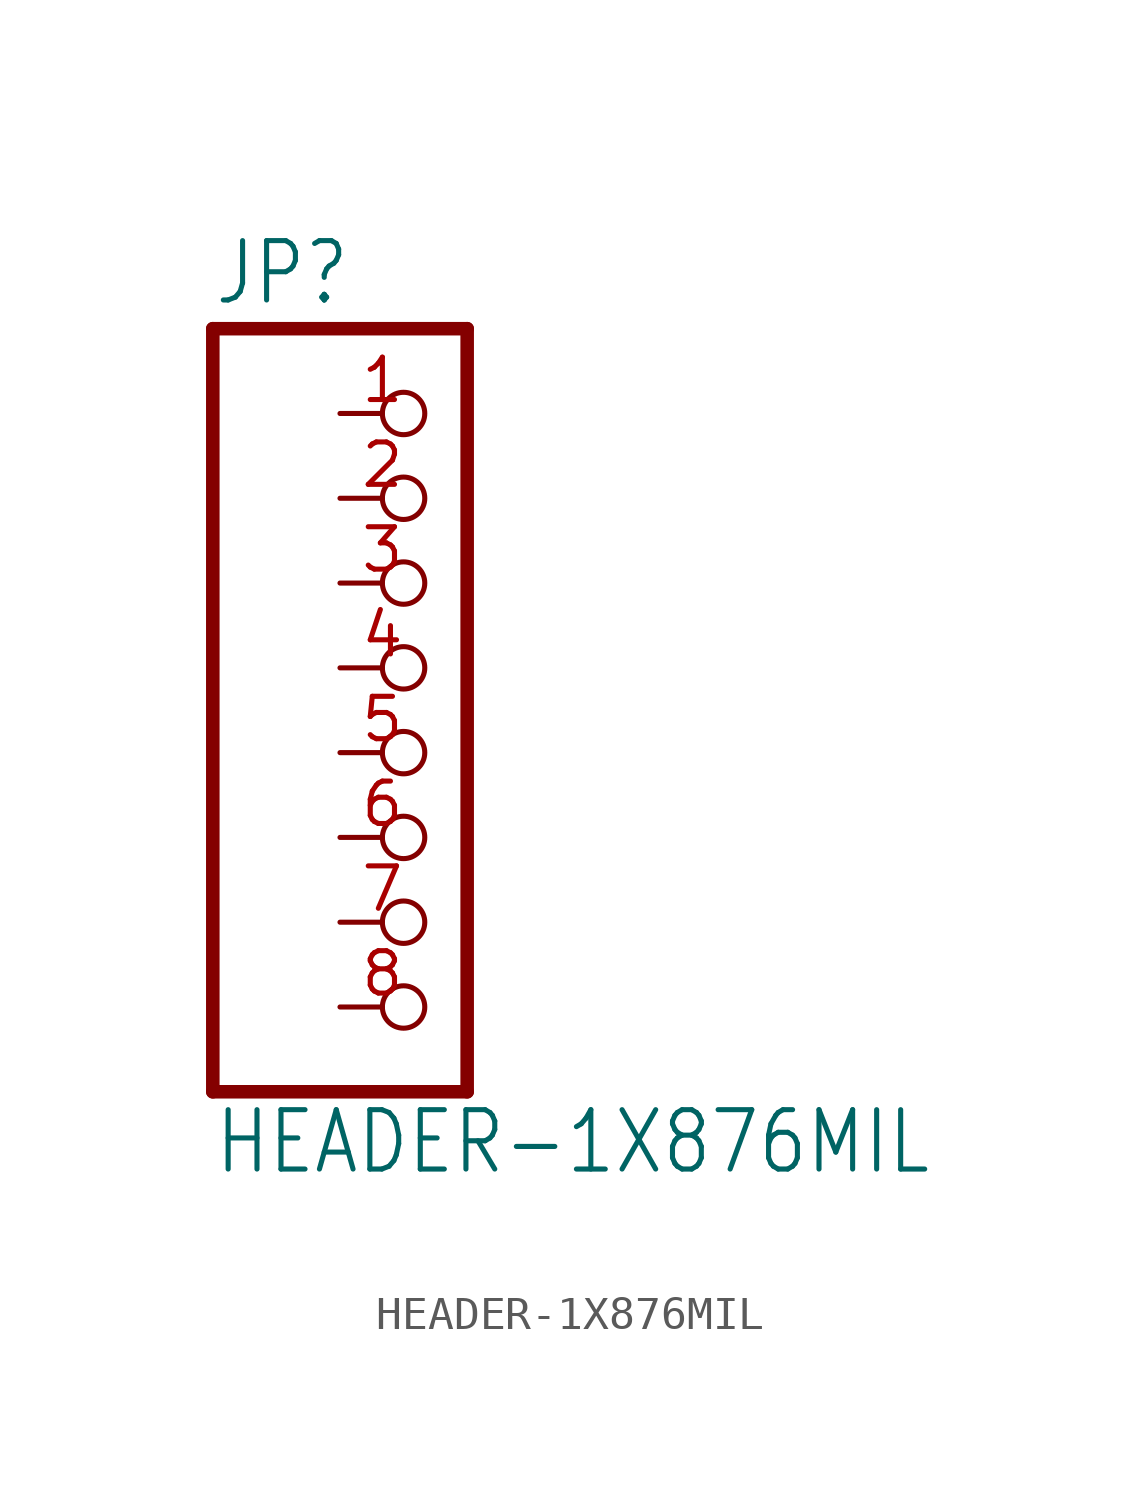
<source format=kicad_sym>
(kicad_symbol_lib
  (version 20201005)
  (generator kicad_symbol_editor)
  (symbol "HEADER-1X876MIL"
    (property "Reference" "JP"
      (at -6.35 13.335 0)
      (effects (font (size 1.778 1.511)) (justify left bottom)))
    (property "Value" "HEADER-1X876MIL"
      (at -6.35 -12.7 0)
      (effects (font (size 1.778 1.511)) (justify left bottom)))
    (property "ki_locked" ""
      (at 0 0 0)
      (effects (font (size 1.27 1.27))))
    (symbol "HEADER-1X876MIL_1_0"
      (polyline (pts (xy -6.35 -10.16) (xy 1.27 -10.16)) (stroke (width 0.406)) (fill (type none)))
      (polyline (pts (xy -6.35 12.7) (xy -6.35 -10.16)) (stroke (width 0.406)) (fill (type none)))
      (polyline (pts (xy 1.27 -10.16) (xy 1.27 12.7)) (stroke (width 0.406)) (fill (type none)))
      (polyline (pts (xy 1.27 12.7) (xy -6.35 12.7)) (stroke (width 0.406)) (fill (type none)))
      (pin passive inverted (at -2.54 10.16 0) (length 2.54) (name "1" (effects (font (size 0 0)))) (number "1" (effects (font (size 1.27 1.27)))))
      (pin passive inverted (at -2.54 7.62 0) (length 2.54) (name "2" (effects (font (size 0 0)))) (number "2" (effects (font (size 1.27 1.27)))))
      (pin passive inverted (at -2.54 5.08 0) (length 2.54) (name "3" (effects (font (size 0 0)))) (number "3" (effects (font (size 1.27 1.27)))))
      (pin passive inverted (at -2.54 2.54 0) (length 2.54) (name "4" (effects (font (size 0 0)))) (number "4" (effects (font (size 1.27 1.27)))))
      (pin passive inverted (at -2.54 0 0) (length 2.54) (name "5" (effects (font (size 0 0)))) (number "5" (effects (font (size 1.27 1.27)))))
      (pin passive inverted (at -2.54 -2.54 0) (length 2.54) (name "6" (effects (font (size 0 0)))) (number "6" (effects (font (size 1.27 1.27)))))
      (pin passive inverted (at -2.54 -5.08 0) (length 2.54) (name "7" (effects (font (size 0 0)))) (number "7" (effects (font (size 1.27 1.27)))))
      (pin passive inverted (at -2.54 -7.62 0) (length 2.54) (name "8" (effects (font (size 0 0)))) (number "8" (effects (font (size 1.27 1.27))))))))
</source>
